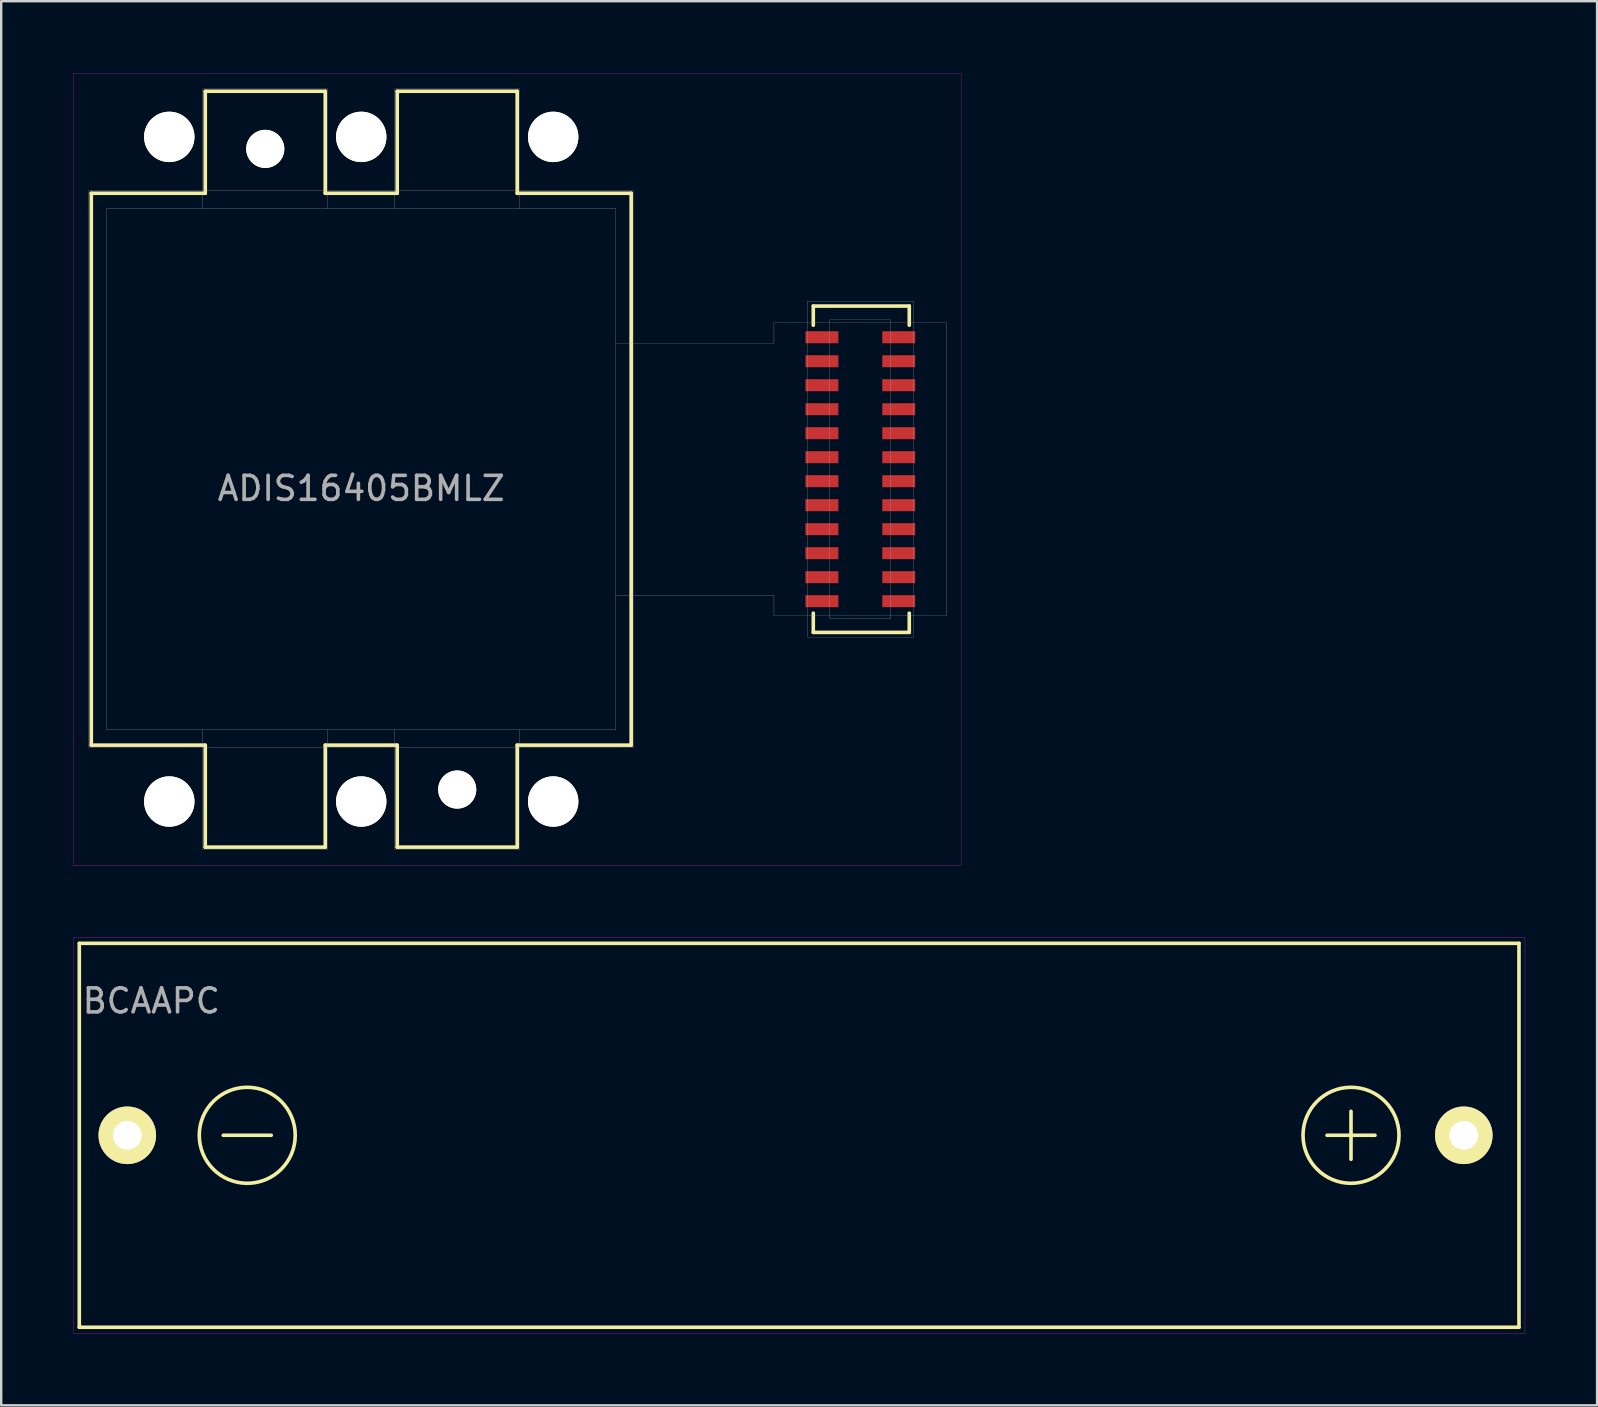
<source format=kicad_pcb>
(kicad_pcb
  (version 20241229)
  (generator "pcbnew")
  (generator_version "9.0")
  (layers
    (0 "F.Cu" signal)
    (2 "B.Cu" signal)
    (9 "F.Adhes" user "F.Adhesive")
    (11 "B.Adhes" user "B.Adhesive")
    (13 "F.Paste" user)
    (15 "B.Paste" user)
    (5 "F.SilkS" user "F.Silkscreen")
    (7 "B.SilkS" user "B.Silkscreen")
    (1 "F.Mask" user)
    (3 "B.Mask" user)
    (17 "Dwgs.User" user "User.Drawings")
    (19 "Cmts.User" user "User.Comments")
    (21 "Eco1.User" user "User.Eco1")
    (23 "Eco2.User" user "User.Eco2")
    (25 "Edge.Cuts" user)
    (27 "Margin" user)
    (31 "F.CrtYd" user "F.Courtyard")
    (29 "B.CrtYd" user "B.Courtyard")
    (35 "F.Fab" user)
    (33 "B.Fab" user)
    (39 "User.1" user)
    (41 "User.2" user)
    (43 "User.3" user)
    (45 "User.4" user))
  (footprint "ADIS16405BMLZ"
    (layer "F.Cu")
    (at 12.005 16.505)
    (property "Reference" "ADIS16405BMLZ" (at 0 0.8 0) (layer "F.Fab") (effects (font (size 1 1) (thickness 0.15))))
    (attr through_hole)
    (fp_line (start -11.25 -11.5) (end -6.5 -11.5) (stroke (width 0.15) (type solid)) (layer "F.SilkS"))
    (fp_line (start -11.25 11.5) (end -11.25 -11.5) (stroke (width 0.15) (type solid)) (layer "F.SilkS"))
    (fp_line (start -6.5 -15.75) (end -1.5 -15.75) (stroke (width 0.15) (type solid)) (layer "F.SilkS"))
    (fp_line (start -6.5 -11.5) (end -6.5 -15.75) (stroke (width 0.15) (type solid)) (layer "F.SilkS"))
    (fp_line (start -6.5 11.5) (end -11.25 11.5) (stroke (width 0.15) (type solid)) (layer "F.SilkS"))
    (fp_line (start -6.5 15.75) (end -6.5 11.5) (stroke (width 0.15) (type solid)) (layer "F.SilkS"))
    (fp_line (start -1.5 -15.75) (end -1.5 -11.5) (stroke (width 0.15) (type solid)) (layer "F.SilkS"))
    (fp_line (start -1.5 -11.5) (end 1.5 -11.5) (stroke (width 0.15) (type solid)) (layer "F.SilkS"))
    (fp_line (start -1.5 11.5) (end -1.5 15.75) (stroke (width 0.15) (type solid)) (layer "F.SilkS"))
    (fp_line (start -1.5 15.75) (end -6.5 15.75) (stroke (width 0.15) (type solid)) (layer "F.SilkS"))
    (fp_line (start 1.5 -15.75) (end 6.5 -15.75) (stroke (width 0.15) (type solid)) (layer "F.SilkS"))
    (fp_line (start 1.5 -11.5) (end 1.5 -15.75) (stroke (width 0.15) (type solid)) (layer "F.SilkS"))
    (fp_line (start 1.5 11.5) (end -1.5 11.5) (stroke (width 0.15) (type solid)) (layer "F.SilkS"))
    (fp_line (start 1.5 15.75) (end 1.5 11.5) (stroke (width 0.15) (type solid)) (layer "F.SilkS"))
    (fp_line (start 6.5 -15.75) (end 6.5 -11.5) (stroke (width 0.15) (type solid)) (layer "F.SilkS"))
    (fp_line (start 6.5 -11.5) (end 11.25 -11.5) (stroke (width 0.15) (type solid)) (layer "F.SilkS"))
    (fp_line (start 6.5 11.5) (end 6.5 15.75) (stroke (width 0.15) (type solid)) (layer "F.SilkS"))
    (fp_line (start 6.5 15.75) (end 1.5 15.75) (stroke (width 0.15) (type solid)) (layer "F.SilkS"))
    (fp_line (start 11.25 -11.5) (end 11.25 11.5) (stroke (width 0.15) (type solid)) (layer "F.SilkS"))
    (fp_line (start 11.25 11.5) (end 6.5 11.5) (stroke (width 0.15) (type solid)) (layer "F.SilkS"))
    (fp_line (start 18.84 -6.8) (end 22.84 -6.8) (stroke (width 0.15) (type solid)) (layer "F.SilkS"))
    (fp_line (start 18.84 -6) (end 18.84 -6.8) (stroke (width 0.15) (type solid)) (layer "F.SilkS"))
    (fp_line (start 18.84 6) (end 18.84 6.8) (stroke (width 0.15) (type solid)) (layer "F.SilkS"))
    (fp_line (start 18.84 6.8) (end 22.84 6.8) (stroke (width 0.15) (type solid)) (layer "F.SilkS"))
    (fp_line (start 22.84 -6.8) (end 22.84 -6) (stroke (width 0.15) (type solid)) (layer "F.SilkS"))
    (fp_line (start 22.84 6.8) (end 22.84 6) (stroke (width 0.15) (type solid)) (layer "F.SilkS"))
    (fp_line (start -12 -16.5) (end -12 16.5) (stroke (width 0.01) (type solid)) (layer "F.CrtYd"))
    (fp_line (start -12 16.5) (end 25 16.5) (stroke (width 0.01) (type solid)) (layer "F.CrtYd"))
    (fp_line (start 25 -16.5) (end -12 -16.5) (stroke (width 0.01) (type solid)) (layer "F.CrtYd"))
    (fp_line (start 25 16.5) (end 25 -16.5) (stroke (width 0.01) (type solid)) (layer "F.CrtYd"))
    (fp_line (start -11.36 -11.6) (end 11.36 -11.6) (stroke (width 0.01) (type solid)) (layer "F.Fab"))
    (fp_line (start -11.36 11.6) (end -11.36 -11.6) (stroke (width 0.01) (type solid)) (layer "F.Fab"))
    (fp_line (start -10.61 -10.85) (end -10.61 10.85) (stroke (width 0.01) (type solid)) (layer "F.Fab"))
    (fp_line (start -10.61 -10.85) (end 10.61 -10.85) (stroke (width 0.01) (type solid)) (layer "F.Fab"))
    (fp_line (start -10.61 10.85) (end 10.61 10.85) (stroke (width 0.01) (type solid)) (layer "F.Fab"))
    (fp_line (start -6.61 -15.85) (end -1.4 -15.85) (stroke (width 0.01) (type solid)) (layer "F.Fab"))
    (fp_line (start -6.61 -10.85) (end -6.61 -15.85) (stroke (width 0.01) (type solid)) (layer "F.Fab"))
    (fp_line (start -6.61 10.85) (end -6.61 15.85) (stroke (width 0.01) (type solid)) (layer "F.Fab"))
    (fp_line (start -6.61 15.85) (end -1.4 15.85) (stroke (width 0.01) (type solid)) (layer "F.Fab"))
    (fp_line (start -1.4 -15.85) (end -1.4 -10.85) (stroke (width 0.01) (type solid)) (layer "F.Fab"))
    (fp_line (start -1.4 15.85) (end -1.4 10.85) (stroke (width 0.01) (type solid)) (layer "F.Fab"))
    (fp_line (start 1.39 -15.85) (end 6.6 -15.85) (stroke (width 0.01) (type solid)) (layer "F.Fab"))
    (fp_line (start 1.39 -10.85) (end 1.39 -15.85) (stroke (width 0.01) (type solid)) (layer "F.Fab"))
    (fp_line (start 1.39 15.85) (end 1.39 10.85) (stroke (width 0.01) (type solid)) (layer "F.Fab"))
    (fp_line (start 6.6 -15.85) (end 6.6 -10.85) (stroke (width 0.01) (type solid)) (layer "F.Fab"))
    (fp_line (start 6.6 10.85) (end 6.6 15.85) (stroke (width 0.01) (type solid)) (layer "F.Fab"))
    (fp_line (start 6.6 15.85) (end 1.39 15.85) (stroke (width 0.01) (type solid)) (layer "F.Fab"))
    (fp_line (start 10.61 -10.85) (end 10.61 10.85) (stroke (width 0.01) (type solid)) (layer "F.Fab"))
    (fp_line (start 10.61 -5.25) (end 17.2 -5.25) (stroke (width 0.01) (type solid)) (layer "F.Fab"))
    (fp_line (start 10.61 5.25) (end 17.2 5.25) (stroke (width 0.01) (type solid)) (layer "F.Fab"))
    (fp_line (start 11.36 -11.6) (end 11.36 11.6) (stroke (width 0.01) (type solid)) (layer "F.Fab"))
    (fp_line (start 11.36 11.6) (end -11.36 11.6) (stroke (width 0.01) (type solid)) (layer "F.Fab"))
    (fp_line (start 17.2 -6.1) (end 17.2 -5.25) (stroke (width 0.01) (type solid)) (layer "F.Fab"))
    (fp_line (start 17.2 6.1) (end 17.2 5.25) (stroke (width 0.01) (type solid)) (layer "F.Fab"))
    (fp_line (start 18.6 -7) (end 23 -7) (stroke (width 0.01) (type solid)) (layer "F.Fab"))
    (fp_line (start 18.6 7) (end 18.6 -7) (stroke (width 0.01) (type solid)) (layer "F.Fab"))
    (fp_line (start 19.53 -6.223) (end 22.07 -6.223) (stroke (width 0.01) (type solid)) (layer "F.Fab"))
    (fp_line (start 19.53 6.223) (end 19.53 -6.223) (stroke (width 0.01) (type solid)) (layer "F.Fab"))
    (fp_line (start 22.07 -6.223) (end 22.07 6.223) (stroke (width 0.01) (type solid)) (layer "F.Fab"))
    (fp_line (start 22.07 6.223) (end 19.53 6.223) (stroke (width 0.01) (type solid)) (layer "F.Fab"))
    (fp_line (start 23 -7) (end 23 7) (stroke (width 0.01) (type solid)) (layer "F.Fab"))
    (fp_line (start 23 7) (end 18.6 7) (stroke (width 0.01) (type solid)) (layer "F.Fab"))
    (fp_line (start 24.4 -6.1) (end 17.2 -6.1) (stroke (width 0.01) (type solid)) (layer "F.Fab"))
    (fp_line (start 24.4 -6.1) (end 24.4 6.1) (stroke (width 0.01) (type solid)) (layer "F.Fab"))
    (fp_line (start 24.4 6.1) (end 17.2 6.1) (stroke (width 0.01) (type solid)) (layer "F.Fab"))
    (pad "" np_thru_hole circle (at -8 -13.85) (size 2.1 2.1) (drill 2.1) (layers "*.Cu" "*.Mask" "F.SilkS"))
    (pad "" np_thru_hole circle (at -8 13.85) (size 2.1 2.1) (drill 2.1) (layers "*.Cu" "*.Mask" "F.SilkS"))
    (pad "" np_thru_hole circle (at -4 -13.35) (size 1.588 1.588) (drill 1.588) (layers "*.Cu" "*.Mask" "F.SilkS"))
    (pad "" np_thru_hole circle (at 0 -13.85) (size 2.1 2.1) (drill 2.1) (layers "*.Cu" "*.Mask" "F.SilkS"))
    (pad "" np_thru_hole circle (at 0 13.85) (size 2.1 2.1) (drill 2.1) (layers "*.Cu" "*.Mask" "F.SilkS"))
    (pad "" np_thru_hole circle (at 4 13.35) (size 1.588 1.588) (drill 1.588) (layers "*.Cu" "*.Mask" "F.SilkS"))
    (pad "" np_thru_hole circle (at 8 -13.85) (size 2.1 2.1) (drill 2.1) (layers "*.Cu" "*.Mask" "F.SilkS"))
    (pad "" np_thru_hole circle (at 8 13.85) (size 2.1 2.1) (drill 2.1) (layers "*.Cu" "*.Mask" "F.SilkS"))
    (pad "1" smd rect (at 22.4 -5.5) (size 1.37 0.5) (layers "F.Cu" "F.Mask" "F.Paste"))
    (pad "2" smd rect (at 19.2 -5.5) (size 1.37 0.5) (layers "F.Cu" "F.Mask" "F.Paste"))
    (pad "3" smd rect (at 22.4 -4.5) (size 1.37 0.5) (layers "F.Cu" "F.Mask" "F.Paste"))
    (pad "4" smd rect (at 19.2 -4.5) (size 1.37 0.5) (layers "F.Cu" "F.Mask" "F.Paste"))
    (pad "5" smd rect (at 22.4 -3.5) (size 1.37 0.5) (layers "F.Cu" "F.Mask" "F.Paste"))
    (pad "6" smd rect (at 19.2 -3.5) (size 1.37 0.5) (layers "F.Cu" "F.Mask" "F.Paste"))
    (pad "7" smd rect (at 22.4 -2.5) (size 1.37 0.5) (layers "F.Cu" "F.Mask" "F.Paste"))
    (pad "8" smd rect (at 19.2 -2.5) (size 1.37 0.5) (layers "F.Cu" "F.Mask" "F.Paste"))
    (pad "9" smd rect (at 22.4 -1.5) (size 1.37 0.5) (layers "F.Cu" "F.Mask" "F.Paste"))
    (pad "10" smd rect (at 19.2 -1.5) (size 1.37 0.5) (layers "F.Cu" "F.Mask" "F.Paste"))
    (pad "11" smd rect (at 22.4 -0.5) (size 1.37 0.5) (layers "F.Cu" "F.Mask" "F.Paste"))
    (pad "12" smd rect (at 19.2 -0.5) (size 1.37 0.5) (layers "F.Cu" "F.Mask" "F.Paste"))
    (pad "13" smd rect (at 22.4 0.5) (size 1.37 0.5) (layers "F.Cu" "F.Mask" "F.Paste"))
    (pad "14" smd rect (at 19.2 0.5) (size 1.37 0.5) (layers "F.Cu" "F.Mask" "F.Paste"))
    (pad "15" smd rect (at 22.4 1.5) (size 1.37 0.5) (layers "F.Cu" "F.Mask" "F.Paste"))
    (pad "16" smd rect (at 19.2 1.5) (size 1.37 0.5) (layers "F.Cu" "F.Mask" "F.Paste"))
    (pad "17" smd rect (at 22.4 2.5) (size 1.37 0.5) (layers "F.Cu" "F.Mask" "F.Paste"))
    (pad "18" smd rect (at 19.2 2.5) (size 1.37 0.5) (layers "F.Cu" "F.Mask" "F.Paste"))
    (pad "19" smd rect (at 22.4 3.5) (size 1.37 0.5) (layers "F.Cu" "F.Mask" "F.Paste"))
    (pad "20" smd rect (at 19.2 3.5) (size 1.37 0.5) (layers "F.Cu" "F.Mask" "F.Paste"))
    (pad "21" smd rect (at 22.4 4.5) (size 1.37 0.5) (layers "F.Cu" "F.Mask" "F.Paste"))
    (pad "22" smd rect (at 19.2 4.5) (size 1.37 0.5) (layers "F.Cu" "F.Mask" "F.Paste"))
    (pad "23" smd rect (at 22.4 5.5) (size 1.37 0.5) (layers "F.Cu" "F.Mask" "F.Paste"))
    (pad "24" smd rect (at 19.2 5.5) (size 1.37 0.5) (layers "F.Cu" "F.Mask" "F.Paste")))
  (footprint "BCAAPC"
    (layer "F.Cu")
    (at 30.255 44.265)
    (property "Reference" "BCAAPC" (at -27 -5.6 0) (layer "F.Fab") (effects (font (size 1 1) (thickness 0.15))))
    (attr through_hole)
    (fp_line (start -30 -8) (end 30 -8) (stroke (width 0.15) (type solid)) (layer "F.SilkS"))
    (fp_line (start -30 8) (end -30 -8) (stroke (width 0.15) (type solid)) (layer "F.SilkS"))
    (fp_line (start -24 0) (end -22 0) (stroke (width 0.15) (type solid)) (layer "F.SilkS"))
    (fp_line (start 22 0) (end 24 0) (stroke (width 0.15) (type solid)) (layer "F.SilkS"))
    (fp_line (start 23 -1) (end 23 1) (stroke (width 0.15) (type solid)) (layer "F.SilkS"))
    (fp_line (start 30 -8) (end 30 8) (stroke (width 0.15) (type solid)) (layer "F.SilkS"))
    (fp_line (start 30 8) (end -30 8) (stroke (width 0.15) (type solid)) (layer "F.SilkS"))
    (fp_circle (center -23 0) (end -21 0) (stroke (width 0.15) (type solid)) (fill no) (layer "F.SilkS"))
    (fp_circle (center 23 0) (end 25 0) (stroke (width 0.15) (type solid)) (fill no) (layer "F.SilkS"))
    (fp_line (start -30.25 -8.25) (end 30.25 -8.25) (stroke (width 0.01) (type solid)) (layer "F.CrtYd"))
    (fp_line (start -30.25 8.25) (end -30.25 -8.25) (stroke (width 0.01) (type solid)) (layer "F.CrtYd"))
    (fp_line (start 30.25 -8.25) (end 30.25 8.25) (stroke (width 0.01) (type solid)) (layer "F.CrtYd"))
    (fp_line (start 30.25 8.25) (end -30.25 8.25) (stroke (width 0.01) (type solid)) (layer "F.CrtYd"))
    (pad "1" thru_hole circle (at -28 0) (size 2.4 2.4) (drill 1.2) (layers "*.Cu" "*.Mask" "F.SilkS"))
    (pad "2" thru_hole circle (at 27.7 0) (size 2.4 2.4) (drill 1.2) (layers "*.Cu" "*.Mask" "F.SilkS")))
  (gr_rect
    (start -3 -3)
    (end 63.51 55.52)
    (stroke (width 0.1) (type default))
    (fill no)
    (layer "Edge.Cuts")))
</source>
